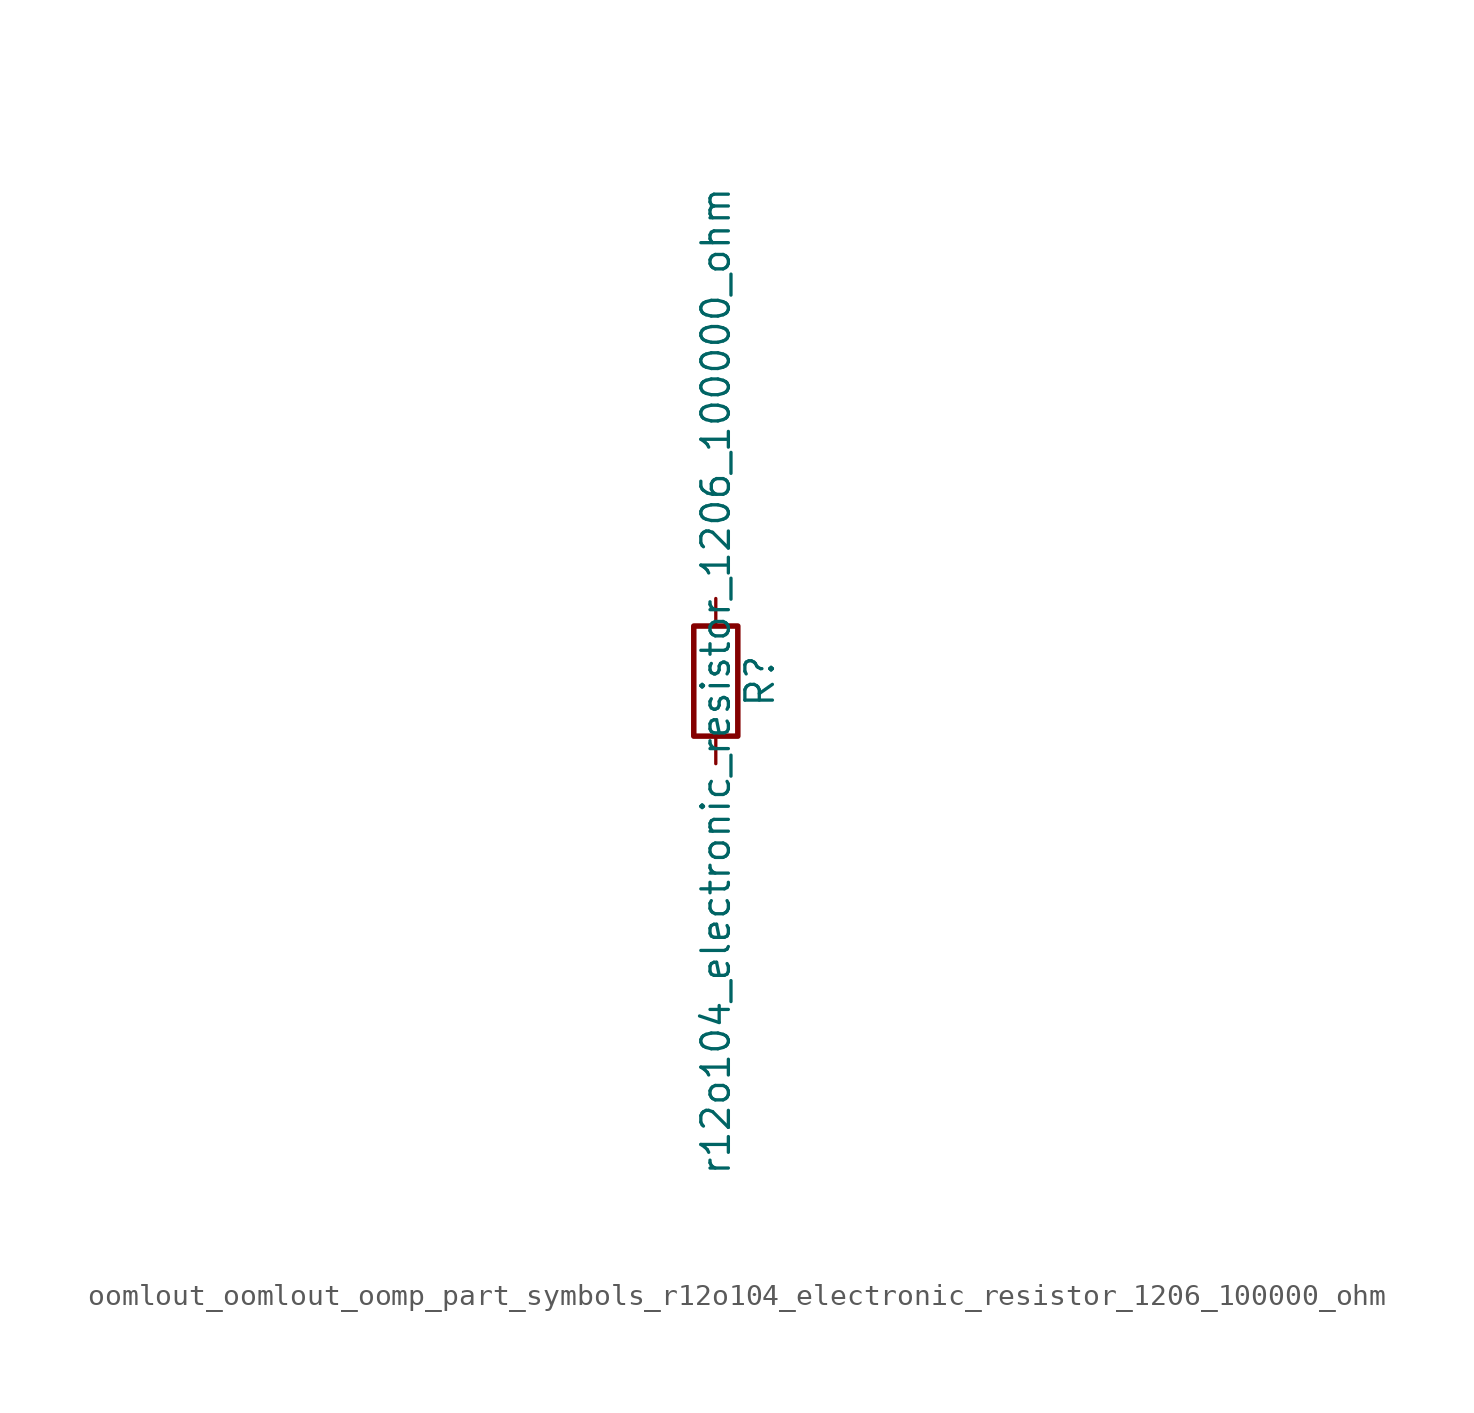
<source format=kicad_sym>
(kicad_symbol_lib
  (version 20220914)
  (generator kicad_symbol_editor)
  (symbol "oomlout_oomlout_oomp_part_symbols_r12o104_electronic_resistor_1206_100000_ohm"
    (pin_numbers hide)
    (pin_names
      (offset 0))
    (property "Reference" "R"
      (at 2.032 0 90)
      (effects (font (size 1.27 1.27))))
    (property "Value" "r12o104_electronic_resistor_1206_100000_ohm"
      (at 0 0 90)
      (effects (font (size 1.27 1.27))))
    (symbol "oomlout_oomlout_oomp_part_symbols_r12o104_electronic_resistor_1206_100000_ohm_0_1"
      (rectangle (start -1.016 -2.54) (end 1.016 2.54) (stroke (width 0.254) (type default)) (fill (type none))))
    (symbol "oomlout_oomlout_oomp_part_symbols_r12o104_electronic_resistor_1206_100000_ohm_1_1"
      (pin passive line (at 0 3.81 270) (length 1.27) (name "~" (effects (font (size 1.27 1.27)))) (number "1" (effects (font (size 1.27 1.27)))))
      (pin passive line (at 0 -3.81 90) (length 1.27) (name "~" (effects (font (size 1.27 1.27)))) (number "2" (effects (font (size 1.27 1.27))))))))
</source>
